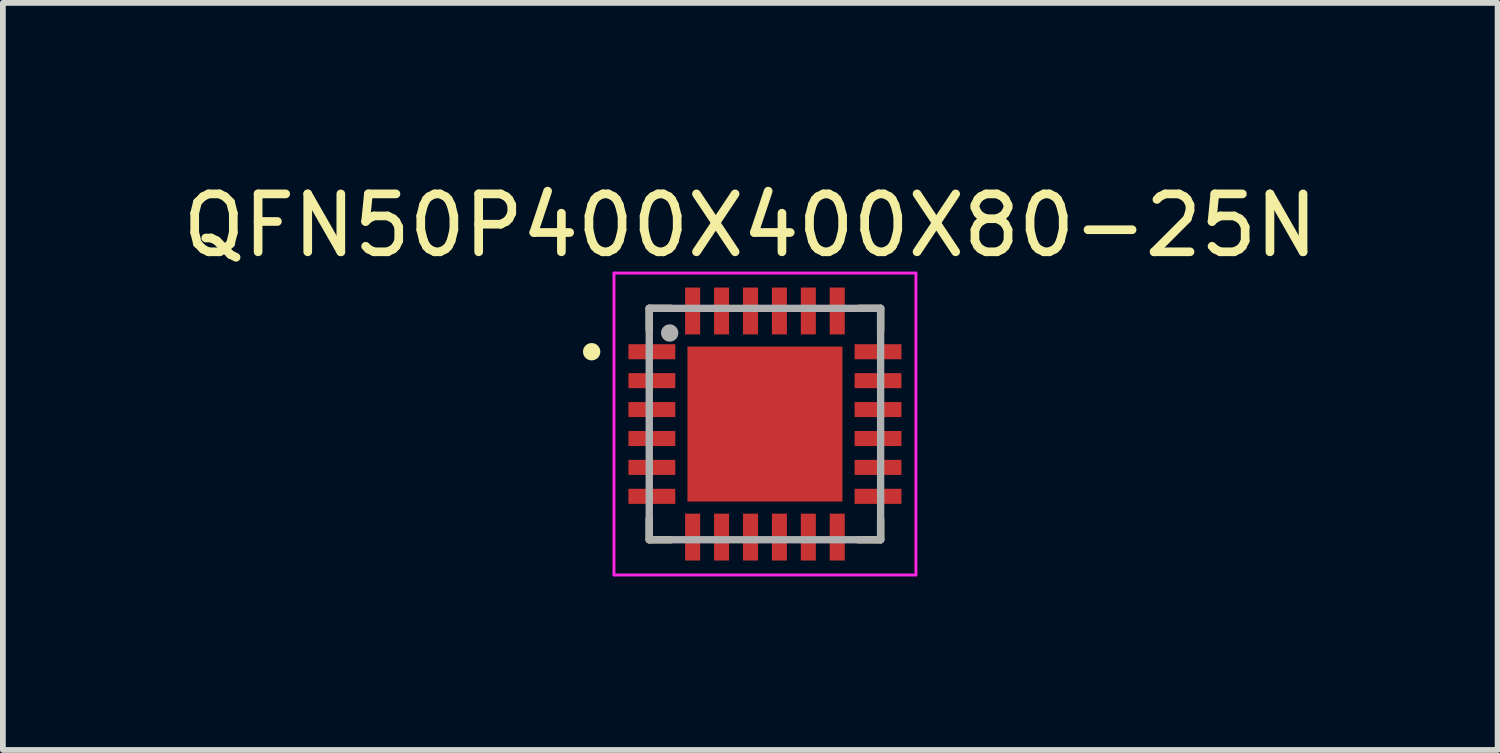
<source format=kicad_pcb>
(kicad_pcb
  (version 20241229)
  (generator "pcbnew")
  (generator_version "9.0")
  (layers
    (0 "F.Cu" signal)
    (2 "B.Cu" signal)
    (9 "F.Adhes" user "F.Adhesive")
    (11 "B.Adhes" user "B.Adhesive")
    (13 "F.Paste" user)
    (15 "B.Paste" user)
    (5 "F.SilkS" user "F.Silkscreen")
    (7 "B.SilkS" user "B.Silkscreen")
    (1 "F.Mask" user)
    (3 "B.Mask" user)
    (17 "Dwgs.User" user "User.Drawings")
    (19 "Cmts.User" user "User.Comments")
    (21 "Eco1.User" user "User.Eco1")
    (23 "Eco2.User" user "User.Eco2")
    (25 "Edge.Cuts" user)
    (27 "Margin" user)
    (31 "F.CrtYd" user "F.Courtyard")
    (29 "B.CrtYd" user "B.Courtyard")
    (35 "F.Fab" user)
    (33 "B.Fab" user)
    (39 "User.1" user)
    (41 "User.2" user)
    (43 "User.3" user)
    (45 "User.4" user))
  (footprint "QFN50P400X400X80-25N"
    (layer "F.Cu")
    (at 10.175 4.281)
    (property "Reference" "QFN50P400X400X80-25N" (at -0.254 -3.433 0) (layer "F.SilkS") (effects (font (size 1.001 1.001) (thickness 0.15))))
    (attr smd)
    (fp_poly (pts (xy -1.453 -1.45) (xy 1.45 -1.45) (xy 1.45 1.453) (xy -1.453 1.453)) (stroke (width 0.01) (type solid)) (fill yes) (layer "F.Mask"))
    (fp_line (start -2 -2) (end -2 -1.623) (stroke (width 0.127) (type solid)) (layer "F.SilkS"))
    (fp_line (start -2 2) (end -2 1.639) (stroke (width 0.127) (type solid)) (layer "F.SilkS"))
    (fp_line (start -2 2) (end -1.625 2) (stroke (width 0.127) (type solid)) (layer "F.SilkS"))
    (fp_line (start -1.63 -2) (end -2 -2) (stroke (width 0.127) (type solid)) (layer "F.SilkS"))
    (fp_line (start 2 -2) (end 1.628 -2) (stroke (width 0.127) (type solid)) (layer "F.SilkS"))
    (fp_line (start 2 -2) (end 2 -1.606) (stroke (width 0.127) (type solid)) (layer "F.SilkS"))
    (fp_line (start 2 2) (end 1.612 2) (stroke (width 0.127) (type solid)) (layer "F.SilkS"))
    (fp_line (start 2 2) (end 2 1.643) (stroke (width 0.127) (type solid)) (layer "F.SilkS"))
    (fp_circle (center -2.996 -1.25) (end -2.921 -1.25) (stroke (width 0.15) (type solid)) (fill no) (layer "F.SilkS"))
    (fp_poly (pts (xy -1.092 0.13) (xy -0.13 0.13) (xy -0.13 1.092) (xy -1.092 1.092)) (stroke (width 0.01) (type solid)) (fill yes) (layer "F.Paste"))
    (fp_poly (pts (xy -1.091 -1.09) (xy -0.13 -1.09) (xy -0.13 -0.13) (xy -1.091 -0.13)) (stroke (width 0.01) (type solid)) (fill yes) (layer "F.Paste"))
    (fp_poly (pts (xy 0.13 0.13) (xy 1.09 0.13) (xy 1.09 1.09) (xy 0.13 1.09)) (stroke (width 0.01) (type solid)) (fill yes) (layer "F.Paste"))
    (fp_poly (pts (xy 0.13 -1.09) (xy 1.09 -1.09) (xy 1.09 -0.13) (xy 0.13 -0.13)) (stroke (width 0.01) (type solid)) (fill yes) (layer "F.Paste"))
    (fp_line (start -2.61 -2.61) (end 2.61 -2.61) (stroke (width 0.05) (type solid)) (layer "F.CrtYd"))
    (fp_line (start -2.61 2.61) (end -2.61 -2.61) (stroke (width 0.05) (type solid)) (layer "F.CrtYd"))
    (fp_line (start 2.61 -2.61) (end 2.61 2.61) (stroke (width 0.05) (type solid)) (layer "F.CrtYd"))
    (fp_line (start 2.61 2.61) (end -2.61 2.61) (stroke (width 0.05) (type solid)) (layer "F.CrtYd"))
    (fp_line (start -2 -2) (end -2 2) (stroke (width 0.127) (type solid)) (layer "F.Fab"))
    (fp_line (start -2 2) (end 2 2) (stroke (width 0.127) (type solid)) (layer "F.Fab"))
    (fp_line (start 2 -2) (end -2 -2) (stroke (width 0.127) (type solid)) (layer "F.Fab"))
    (fp_line (start 2 2) (end 2 -2) (stroke (width 0.127) (type solid)) (layer "F.Fab"))
    (fp_circle (center -1.647 -1.574) (end -1.572 -1.574) (stroke (width 0.15) (type solid)) (fill no) (layer "F.Fab"))
    (pad "1" smd roundrect (at -1.955 -1.25) (size 0.81 0.26) (layers "F.Cu" "F.Mask" "F.Paste") (roundrect_rratio 0.01))
    (pad "2" smd roundrect (at -1.955 -0.75) (size 0.81 0.26) (layers "F.Cu" "F.Mask" "F.Paste") (roundrect_rratio 0.01))
    (pad "3" smd roundrect (at -1.955 -0.25) (size 0.81 0.26) (layers "F.Cu" "F.Mask" "F.Paste") (roundrect_rratio 0.01))
    (pad "4" smd roundrect (at -1.955 0.25) (size 0.81 0.26) (layers "F.Cu" "F.Mask" "F.Paste") (roundrect_rratio 0.01))
    (pad "5" smd roundrect (at -1.955 0.75) (size 0.81 0.26) (layers "F.Cu" "F.Mask" "F.Paste") (roundrect_rratio 0.01))
    (pad "6" smd roundrect (at -1.955 1.25) (size 0.81 0.26) (layers "F.Cu" "F.Mask" "F.Paste") (roundrect_rratio 0.01))
    (pad "7" smd roundrect (at -1.25 1.955 90) (size 0.81 0.26) (layers "F.Cu" "F.Mask" "F.Paste") (roundrect_rratio 0.01))
    (pad "8" smd roundrect (at -0.75 1.955 90) (size 0.81 0.26) (layers "F.Cu" "F.Mask" "F.Paste") (roundrect_rratio 0.01))
    (pad "9" smd roundrect (at -0.25 1.955 90) (size 0.81 0.26) (layers "F.Cu" "F.Mask" "F.Paste") (roundrect_rratio 0.01))
    (pad "10" smd roundrect (at 0.25 1.955 90) (size 0.81 0.26) (layers "F.Cu" "F.Mask" "F.Paste") (roundrect_rratio 0.01))
    (pad "11" smd roundrect (at 0.75 1.955 90) (size 0.81 0.26) (layers "F.Cu" "F.Mask" "F.Paste") (roundrect_rratio 0.01))
    (pad "12" smd roundrect (at 1.25 1.955 90) (size 0.81 0.26) (layers "F.Cu" "F.Mask" "F.Paste") (roundrect_rratio 0.01))
    (pad "13" smd roundrect (at 1.955 1.25) (size 0.81 0.26) (layers "F.Cu" "F.Mask" "F.Paste") (roundrect_rratio 0.01))
    (pad "14" smd roundrect (at 1.955 0.75) (size 0.81 0.26) (layers "F.Cu" "F.Mask" "F.Paste") (roundrect_rratio 0.01))
    (pad "15" smd roundrect (at 1.955 0.25) (size 0.81 0.26) (layers "F.Cu" "F.Mask" "F.Paste") (roundrect_rratio 0.01))
    (pad "16" smd roundrect (at 1.955 -0.25) (size 0.81 0.26) (layers "F.Cu" "F.Mask" "F.Paste") (roundrect_rratio 0.01))
    (pad "17" smd roundrect (at 1.955 -0.75) (size 0.81 0.26) (layers "F.Cu" "F.Mask" "F.Paste") (roundrect_rratio 0.01))
    (pad "18" smd roundrect (at 1.955 -1.25) (size 0.81 0.26) (layers "F.Cu" "F.Mask" "F.Paste") (roundrect_rratio 0.01))
    (pad "19" smd roundrect (at 1.25 -1.955 90) (size 0.81 0.26) (layers "F.Cu" "F.Mask" "F.Paste") (roundrect_rratio 0.01))
    (pad "20" smd roundrect (at 0.75 -1.955 90) (size 0.81 0.26) (layers "F.Cu" "F.Mask" "F.Paste") (roundrect_rratio 0.01))
    (pad "21" smd roundrect (at 0.25 -1.955 90) (size 0.81 0.26) (layers "F.Cu" "F.Mask" "F.Paste") (roundrect_rratio 0.01))
    (pad "22" smd roundrect (at -0.25 -1.955 90) (size 0.81 0.26) (layers "F.Cu" "F.Mask" "F.Paste") (roundrect_rratio 0.01))
    (pad "23" smd roundrect (at -0.75 -1.955 90) (size 0.81 0.26) (layers "F.Cu" "F.Mask" "F.Paste") (roundrect_rratio 0.01))
    (pad "24" smd roundrect (at -1.25 -1.955 90) (size 0.81 0.26) (layers "F.Cu" "F.Mask" "F.Paste") (roundrect_rratio 0.01))
    (pad "25" smd rect (at 0 0) (size 2.68 2.68) (layers "F.Cu" "F.Mask")))
  (gr_rect
    (start -3 -3)
    (end 22.842 9.916)
    (stroke (width 0.1) (type default))
    (fill no)
    (layer "Edge.Cuts")))
</source>
